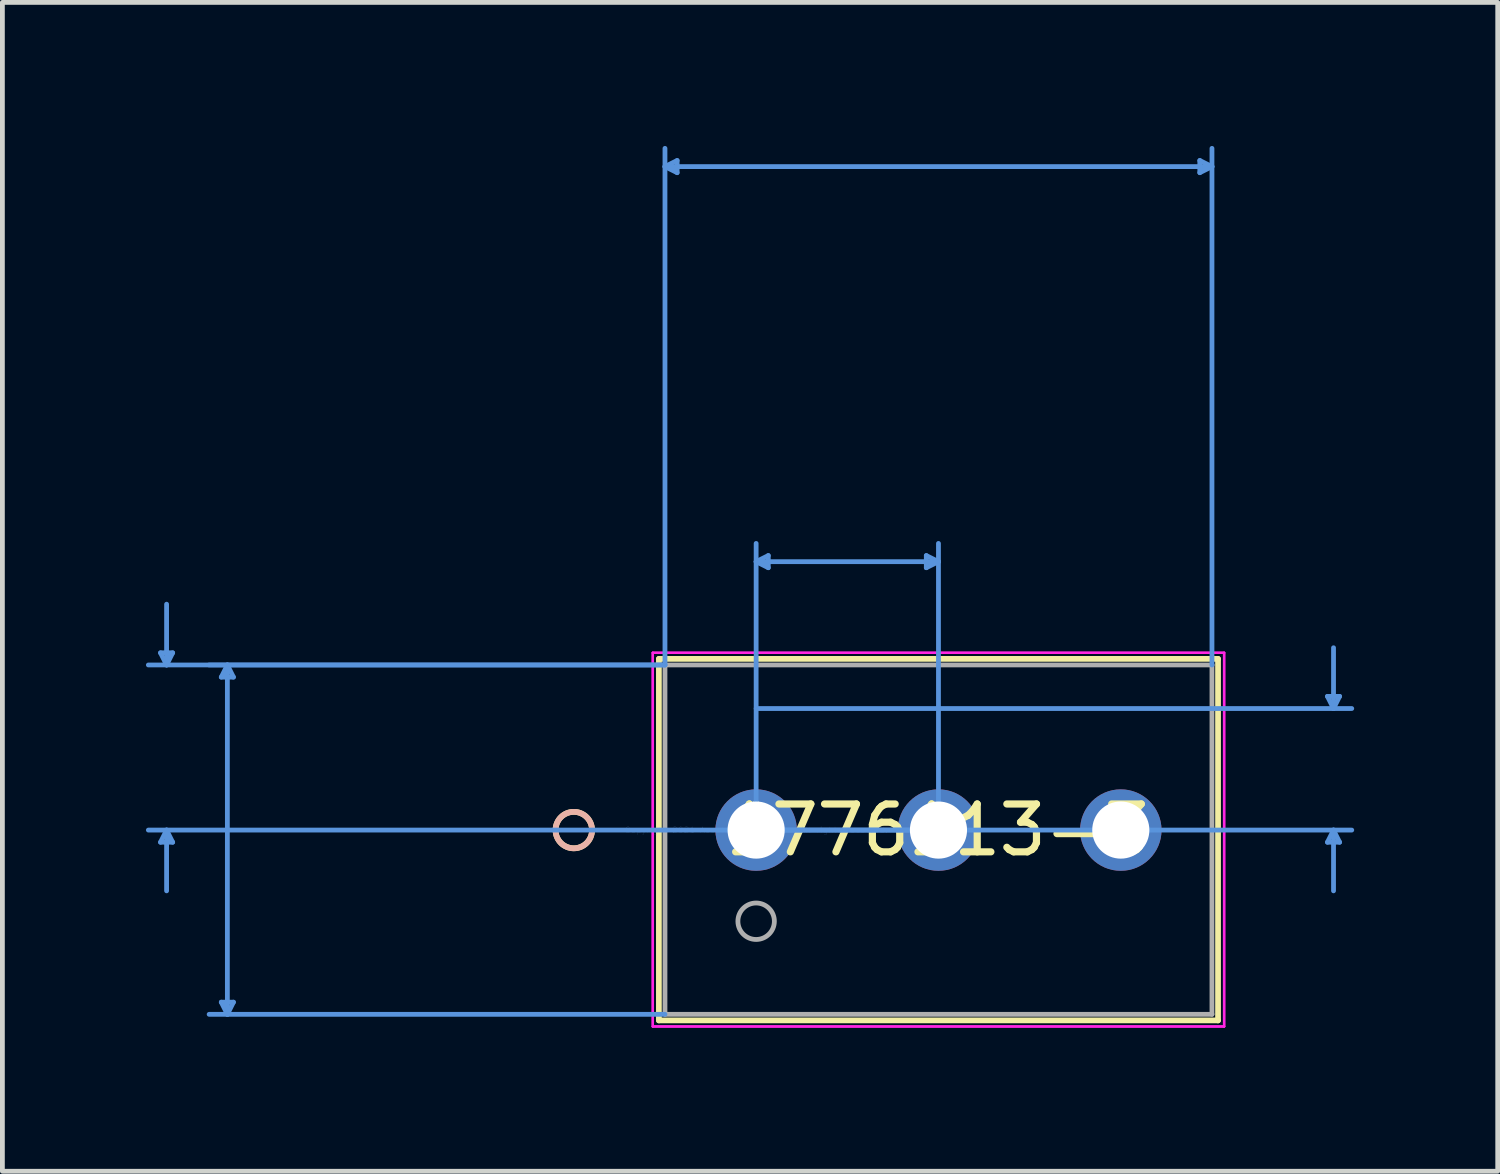
<source format=kicad_pcb>
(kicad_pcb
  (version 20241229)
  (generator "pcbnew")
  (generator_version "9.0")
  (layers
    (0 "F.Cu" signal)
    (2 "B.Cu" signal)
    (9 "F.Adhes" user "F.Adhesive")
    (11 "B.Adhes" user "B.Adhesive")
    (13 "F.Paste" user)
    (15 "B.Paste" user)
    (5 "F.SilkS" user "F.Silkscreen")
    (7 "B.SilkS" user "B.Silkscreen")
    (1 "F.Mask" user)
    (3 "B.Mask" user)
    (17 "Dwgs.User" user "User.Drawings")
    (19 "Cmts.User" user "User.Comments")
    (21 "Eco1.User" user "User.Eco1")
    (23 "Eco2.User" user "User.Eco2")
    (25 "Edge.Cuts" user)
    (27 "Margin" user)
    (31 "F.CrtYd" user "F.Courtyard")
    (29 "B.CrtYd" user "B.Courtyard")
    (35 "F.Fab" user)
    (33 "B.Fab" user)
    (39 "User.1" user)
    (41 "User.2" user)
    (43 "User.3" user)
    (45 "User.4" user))
  (footprint "1776113-3"
    (layer "F.Cu")
    (at 12.75 14.295)
    (property "Reference" "1776113-3" (at 3.81 0 0) (layer "F.SilkS") (effects (font (size 1 1) (thickness 0.15))))
    (attr through_hole)
    (fp_line (start -2.032 -3.577) (end -2.032 3.977) (stroke (width 0.12) (type solid)) (layer "F.SilkS"))
    (fp_line (start -2.032 3.977) (end 9.652 3.977) (stroke (width 0.12) (type solid)) (layer "F.SilkS"))
    (fp_line (start 9.652 -3.577) (end -2.032 -3.577) (stroke (width 0.12) (type solid)) (layer "F.SilkS"))
    (fp_line (start 9.652 3.977) (end 9.652 -3.577) (stroke (width 0.12) (type solid)) (layer "F.SilkS"))
    (fp_circle (center -3.81 0) (end -3.429 0) (stroke (width 0.12) (type solid)) (fill no) (layer "F.SilkS"))
    (fp_circle (center -3.81 0) (end -3.429 0) (stroke (width 0.12) (type solid)) (fill no) (layer "B.SilkS"))
    (fp_line (start -12.446 -3.704) (end -12.192 -3.704) (stroke (width 0.1) (type solid)) (layer "Cmts.User"))
    (fp_line (start -12.446 0.254) (end -12.192 0.254) (stroke (width 0.1) (type solid)) (layer "Cmts.User"))
    (fp_line (start -12.319 -3.45) (end -12.446 -3.704) (stroke (width 0.1) (type solid)) (layer "Cmts.User"))
    (fp_line (start -12.319 -3.45) (end -12.319 -4.72) (stroke (width 0.1) (type solid)) (layer "Cmts.User"))
    (fp_line (start -12.319 -3.45) (end -12.192 -3.704) (stroke (width 0.1) (type solid)) (layer "Cmts.User"))
    (fp_line (start -12.319 0) (end -12.446 0.254) (stroke (width 0.1) (type solid)) (layer "Cmts.User"))
    (fp_line (start -12.319 0) (end -12.319 1.27) (stroke (width 0.1) (type solid)) (layer "Cmts.User"))
    (fp_line (start -12.319 0) (end -12.192 0.254) (stroke (width 0.1) (type solid)) (layer "Cmts.User"))
    (fp_line (start -11.176 -3.196) (end -10.922 -3.196) (stroke (width 0.1) (type solid)) (layer "Cmts.User"))
    (fp_line (start -11.176 3.596) (end -10.922 3.596) (stroke (width 0.1) (type solid)) (layer "Cmts.User"))
    (fp_line (start -11.049 -3.45) (end -11.176 -3.196) (stroke (width 0.1) (type solid)) (layer "Cmts.User"))
    (fp_line (start -11.049 -3.45) (end -11.049 3.85) (stroke (width 0.1) (type solid)) (layer "Cmts.User"))
    (fp_line (start -11.049 -3.45) (end -10.922 -3.196) (stroke (width 0.1) (type solid)) (layer "Cmts.User"))
    (fp_line (start -11.049 3.85) (end -11.176 3.596) (stroke (width 0.1) (type solid)) (layer "Cmts.User"))
    (fp_line (start -11.049 3.85) (end -10.922 3.596) (stroke (width 0.1) (type solid)) (layer "Cmts.User"))
    (fp_line (start -1.905 -13.864) (end -1.651 -13.991) (stroke (width 0.1) (type solid)) (layer "Cmts.User"))
    (fp_line (start -1.905 -13.864) (end -1.651 -13.737) (stroke (width 0.1) (type solid)) (layer "Cmts.User"))
    (fp_line (start -1.905 -13.864) (end 9.525 -13.864) (stroke (width 0.1) (type solid)) (layer "Cmts.User"))
    (fp_line (start -1.905 -3.45) (end -12.7 -3.45) (stroke (width 0.1) (type solid)) (layer "Cmts.User"))
    (fp_line (start -1.905 -3.45) (end -11.43 -3.45) (stroke (width 0.1) (type solid)) (layer "Cmts.User"))
    (fp_line (start -1.905 -3.45) (end -1.905 -14.245) (stroke (width 0.1) (type solid)) (layer "Cmts.User"))
    (fp_line (start -1.905 3.85) (end -11.43 3.85) (stroke (width 0.1) (type solid)) (layer "Cmts.User"))
    (fp_line (start -1.651 -13.991) (end -1.651 -13.737) (stroke (width 0.1) (type solid)) (layer "Cmts.User"))
    (fp_line (start 0 -5.609) (end 0.254 -5.736) (stroke (width 0.1) (type solid)) (layer "Cmts.User"))
    (fp_line (start 0 -5.609) (end 0.254 -5.482) (stroke (width 0.1) (type solid)) (layer "Cmts.User"))
    (fp_line (start 0 -5.609) (end 3.81 -5.609) (stroke (width 0.1) (type solid)) (layer "Cmts.User"))
    (fp_line (start 0 -2.54) (end 12.446 -2.54) (stroke (width 0.1) (type solid)) (layer "Cmts.User"))
    (fp_line (start 0 0) (end 0 -5.99) (stroke (width 0.1) (type solid)) (layer "Cmts.User"))
    (fp_line (start 0 0) (end 12.446 0) (stroke (width 0.1) (type solid)) (layer "Cmts.User"))
    (fp_line (start 0.254 -5.736) (end 0.254 -5.482) (stroke (width 0.1) (type solid)) (layer "Cmts.User"))
    (fp_line (start 3.556 -5.736) (end 3.556 -5.482) (stroke (width 0.1) (type solid)) (layer "Cmts.User"))
    (fp_line (start 3.81 -5.609) (end 3.556 -5.736) (stroke (width 0.1) (type solid)) (layer "Cmts.User"))
    (fp_line (start 3.81 -5.609) (end 3.556 -5.482) (stroke (width 0.1) (type solid)) (layer "Cmts.User"))
    (fp_line (start 3.81 0) (end -12.7 0) (stroke (width 0.1) (type solid)) (layer "Cmts.User"))
    (fp_line (start 3.81 0) (end 3.81 -5.99) (stroke (width 0.1) (type solid)) (layer "Cmts.User"))
    (fp_line (start 9.271 -13.991) (end 9.271 -13.737) (stroke (width 0.1) (type solid)) (layer "Cmts.User"))
    (fp_line (start 9.525 -13.864) (end 9.271 -13.991) (stroke (width 0.1) (type solid)) (layer "Cmts.User"))
    (fp_line (start 9.525 -13.864) (end 9.271 -13.737) (stroke (width 0.1) (type solid)) (layer "Cmts.User"))
    (fp_line (start 9.525 -3.45) (end 9.525 -14.245) (stroke (width 0.1) (type solid)) (layer "Cmts.User"))
    (fp_line (start 11.938 -2.794) (end 12.192 -2.794) (stroke (width 0.1) (type solid)) (layer "Cmts.User"))
    (fp_line (start 11.938 0.254) (end 12.192 0.254) (stroke (width 0.1) (type solid)) (layer "Cmts.User"))
    (fp_line (start 12.065 -2.54) (end 11.938 -2.794) (stroke (width 0.1) (type solid)) (layer "Cmts.User"))
    (fp_line (start 12.065 -2.54) (end 12.065 -3.81) (stroke (width 0.1) (type solid)) (layer "Cmts.User"))
    (fp_line (start 12.065 -2.54) (end 12.192 -2.794) (stroke (width 0.1) (type solid)) (layer "Cmts.User"))
    (fp_line (start 12.065 0) (end 11.938 0.254) (stroke (width 0.1) (type solid)) (layer "Cmts.User"))
    (fp_line (start 12.065 0) (end 12.065 1.27) (stroke (width 0.1) (type solid)) (layer "Cmts.User"))
    (fp_line (start 12.065 0) (end 12.192 0.254) (stroke (width 0.1) (type solid)) (layer "Cmts.User"))
    (fp_line (start -2.159 -3.704) (end -2.159 4.104) (stroke (width 0.05) (type solid)) (layer "F.CrtYd"))
    (fp_line (start -2.159 -3.704) (end -2.159 4.104) (stroke (width 0.05) (type solid)) (layer "F.CrtYd"))
    (fp_line (start -2.159 4.104) (end 9.779 4.104) (stroke (width 0.05) (type solid)) (layer "F.CrtYd"))
    (fp_line (start -2.159 4.104) (end 9.779 4.104) (stroke (width 0.05) (type solid)) (layer "F.CrtYd"))
    (fp_line (start 9.779 -3.704) (end -2.159 -3.704) (stroke (width 0.05) (type solid)) (layer "F.CrtYd"))
    (fp_line (start 9.779 -3.704) (end -2.159 -3.704) (stroke (width 0.05) (type solid)) (layer "F.CrtYd"))
    (fp_line (start 9.779 4.104) (end 9.779 -3.704) (stroke (width 0.05) (type solid)) (layer "F.CrtYd"))
    (fp_line (start 9.779 4.104) (end 9.779 -3.704) (stroke (width 0.05) (type solid)) (layer "F.CrtYd"))
    (fp_line (start -1.905 -3.45) (end -1.905 3.85) (stroke (width 0.1) (type solid)) (layer "F.Fab"))
    (fp_line (start -1.905 3.85) (end 9.525 3.85) (stroke (width 0.1) (type solid)) (layer "F.Fab"))
    (fp_line (start 9.525 -3.45) (end -1.905 -3.45) (stroke (width 0.1) (type solid)) (layer "F.Fab"))
    (fp_line (start 9.525 3.85) (end 9.525 -3.45) (stroke (width 0.1) (type solid)) (layer "F.Fab"))
    (fp_circle (center 0 1.905) (end 0.381 1.905) (stroke (width 0.1) (type solid)) (fill no) (layer "F.Fab"))
    (fp_text user "*" (at 0 0 0) (layer "F.SilkS") (effects (font (size 1 1) (thickness 0.15))))
    (fp_text user "Copyright 2021 Accelerated Designs. All rights reserved." (at 0 0 0) (layer "Cmts.User") (effects (font (size 0.127 0.127) (thickness 0.002))))
    (fp_text user "*" (at 0 0 0) (layer "F.Fab") (effects (font (size 1 1) (thickness 0.15))))
    (pad "1" thru_hole circle (at 0 0) (size 1.702 1.702) (drill 1.194) (layers "*.Cu" "*.Mask"))
    (pad "2" thru_hole circle (at 3.81 0) (size 1.702 1.702) (drill 1.194) (layers "*.Cu" "*.Mask"))
    (pad "3" thru_hole circle (at 7.62 0) (size 1.702 1.702) (drill 1.194) (layers "*.Cu" "*.Mask")))
  (gr_rect
    (start -3 -3)
    (end 28.246 21.424)
    (stroke (width 0.1) (type default))
    (fill no)
    (layer "Edge.Cuts")))
</source>
